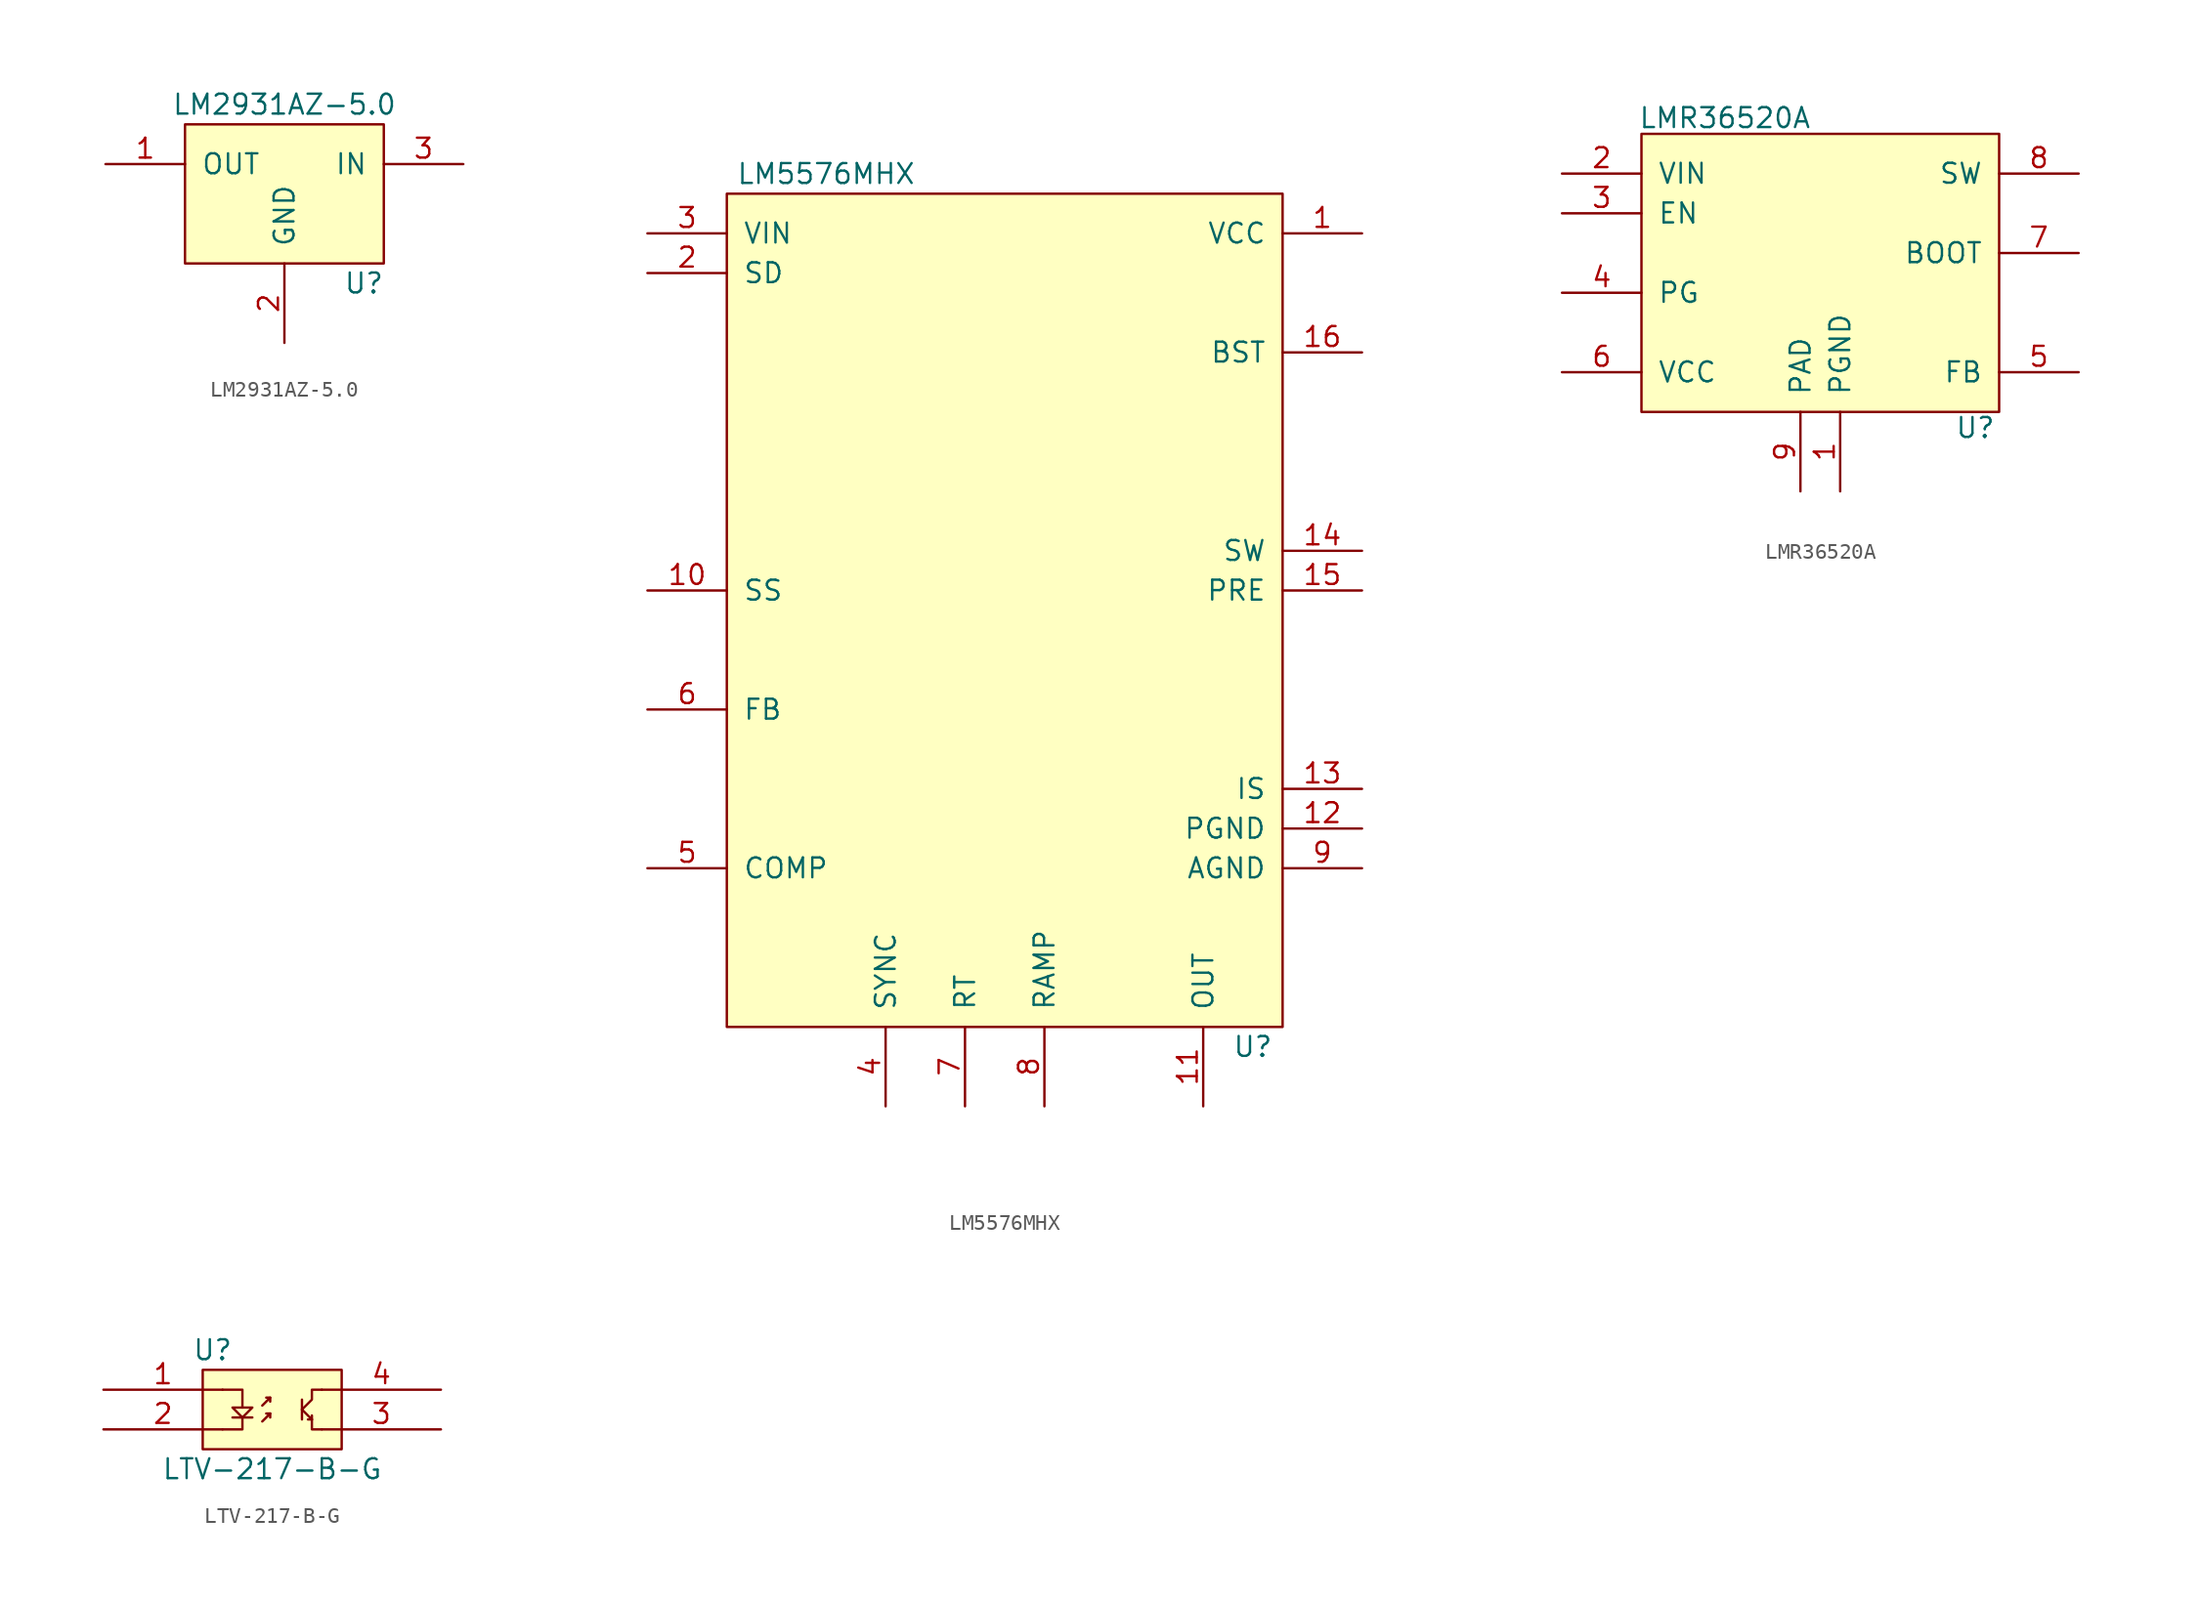
<source format=kicad_sym>
(kicad_symbol_lib
  (version 20211014)
  (generator kicad_symbol_editor)
  (symbol "LM2931AZ-5.0"
    (pin_names
      (offset 1.016))
    (property "Reference" "U"
      (at 5.08 -7.62 0)
      (effects (font (size 1.27 1.27))))
    (property "Value" "LM2931AZ-5.0"
      (at 0 3.81 0)
      (effects (font (size 1.27 1.27))))
    (symbol "LM2931AZ-5.0_0_1"
      (rectangle (start 6.35 -6.35) (end -6.35 2.54) (stroke (width 0) (type default) (color 0 0 0 0)) (fill (type background))))
    (symbol "LM2931AZ-5.0_1_1"
      (pin input line (at -11.43 0 0) (length 5.08) (name "OUT" (effects (font (size 1.27 1.27)))) (number "1" (effects (font (size 1.27 1.27)))))
      (pin input line (at 0 -11.43 90) (length 5.08) (name "GND" (effects (font (size 1.27 1.27)))) (number "2" (effects (font (size 1.27 1.27)))))
      (pin input line (at 11.43 0 180) (length 5.08) (name "IN" (effects (font (size 1.27 1.27)))) (number "3" (effects (font (size 1.27 1.27)))))))
  (symbol "LM5576MHX"
    (pin_names
      (offset 1.016))
    (property "Reference" "U"
      (at 33.655 -52.07 0)
      (effects (font (size 1.27 1.27))))
    (property "Value" "LM5576MHX"
      (at 6.35 3.81 0)
      (effects (font (size 1.27 1.27))))
    (symbol "LM5576MHX_0_1"
      (rectangle (start 35.56 -50.8) (end 0 2.54) (stroke (width 0) (type default) (color 0 0 0 0)) (fill (type background))))
    (symbol "LM5576MHX_1_1"
      (pin input line (at 40.64 0 180) (length 5.08) (name "VCC" (effects (font (size 1.27 1.27)))) (number "1" (effects (font (size 1.27 1.27)))))
      (pin input line (at -5.08 -22.86 0) (length 5.08) (name "SS" (effects (font (size 1.27 1.27)))) (number "10" (effects (font (size 1.27 1.27)))))
      (pin input line (at 30.48 -55.88 90) (length 5.08) (name "OUT" (effects (font (size 1.27 1.27)))) (number "11" (effects (font (size 1.27 1.27)))))
      (pin input line (at 40.64 -38.1 180) (length 5.08) (name "PGND" (effects (font (size 1.27 1.27)))) (number "12" (effects (font (size 1.27 1.27)))))
      (pin input line (at 40.64 -35.56 180) (length 5.08) (name "IS" (effects (font (size 1.27 1.27)))) (number "13" (effects (font (size 1.27 1.27)))))
      (pin input line (at 40.64 -20.32 180) (length 5.08) (name "SW" (effects (font (size 1.27 1.27)))) (number "14" (effects (font (size 1.27 1.27)))))
      (pin input line (at 40.64 -22.86 180) (length 5.08) (name "PRE" (effects (font (size 1.27 1.27)))) (number "15" (effects (font (size 1.27 1.27)))))
      (pin input line (at 40.64 -7.62 180) (length 5.08) (name "BST" (effects (font (size 1.27 1.27)))) (number "16" (effects (font (size 1.27 1.27)))))
      (pin input line (at -5.08 -2.54 0) (length 5.08) (name "SD" (effects (font (size 1.27 1.27)))) (number "2" (effects (font (size 1.27 1.27)))))
      (pin input line (at -5.08 0 0) (length 5.08) (name "VIN" (effects (font (size 1.27 1.27)))) (number "3" (effects (font (size 1.27 1.27)))))
      (pin input line (at 10.16 -55.88 90) (length 5.08) (name "SYNC" (effects (font (size 1.27 1.27)))) (number "4" (effects (font (size 1.27 1.27)))))
      (pin input line (at -5.08 -40.64 0) (length 5.08) (name "COMP" (effects (font (size 1.27 1.27)))) (number "5" (effects (font (size 1.27 1.27)))))
      (pin input line (at -5.08 -30.48 0) (length 5.08) (name "FB" (effects (font (size 1.27 1.27)))) (number "6" (effects (font (size 1.27 1.27)))))
      (pin input line (at 15.24 -55.88 90) (length 5.08) (name "RT" (effects (font (size 1.27 1.27)))) (number "7" (effects (font (size 1.27 1.27)))))
      (pin input line (at 20.32 -55.88 90) (length 5.08) (name "RAMP" (effects (font (size 1.27 1.27)))) (number "8" (effects (font (size 1.27 1.27)))))
      (pin input line (at 40.64 -40.64 180) (length 5.08) (name "AGND" (effects (font (size 1.27 1.27)))) (number "9" (effects (font (size 1.27 1.27)))))))
  (symbol "LMR36520A"
    (pin_names
      (offset 1.016))
    (property "Reference" "U"
      (at 21.336 -16.256 0)
      (effects (font (size 1.27 1.27))))
    (property "Value" "LMR36520A"
      (at 5.334 3.556 0)
      (effects (font (size 1.27 1.27))))
    (symbol "LMR36520A_0_1"
      (rectangle (start 22.86 -15.24) (end 0 2.54) (stroke (width 0) (type default) (color 0 0 0 0)) (fill (type background))))
    (symbol "LMR36520A_1_1"
      (pin input line (at 12.7 -20.32 90) (length 5.08) (name "PGND" (effects (font (size 1.27 1.27)))) (number "1" (effects (font (size 1.27 1.27)))))
      (pin input line (at -5.08 0 0) (length 5.08) (name "VIN" (effects (font (size 1.27 1.27)))) (number "2" (effects (font (size 1.27 1.27)))))
      (pin input line (at -5.08 -2.54 0) (length 5.08) (name "EN" (effects (font (size 1.27 1.27)))) (number "3" (effects (font (size 1.27 1.27)))))
      (pin input line (at -5.08 -7.62 0) (length 5.08) (name "PG" (effects (font (size 1.27 1.27)))) (number "4" (effects (font (size 1.27 1.27)))))
      (pin input line (at 27.94 -12.7 180) (length 5.08) (name "FB" (effects (font (size 1.27 1.27)))) (number "5" (effects (font (size 1.27 1.27)))))
      (pin input line (at -5.08 -12.7 0) (length 5.08) (name "VCC" (effects (font (size 1.27 1.27)))) (number "6" (effects (font (size 1.27 1.27)))))
      (pin input line (at 27.94 -5.08 180) (length 5.08) (name "BOOT" (effects (font (size 1.27 1.27)))) (number "7" (effects (font (size 1.27 1.27)))))
      (pin input line (at 27.94 0 180) (length 5.08) (name "SW" (effects (font (size 1.27 1.27)))) (number "8" (effects (font (size 1.27 1.27)))))
      (pin input line (at 10.16 -20.32 90) (length 5.08) (name "PAD" (effects (font (size 1.27 1.27)))) (number "9" (effects (font (size 1.27 1.27)))))))
  (symbol "LTV-217-B-G"
    (pin_names
      (offset 1.016))
    (property "Reference" "U"
      (at 6.985 2.54 0)
      (effects (font (size 1.27 1.27))))
    (property "Value" "LTV-217-B-G"
      (at 10.795 -5.08 0)
      (effects (font (size 1.27 1.27))))
    (property "Footprint" ""
      (at 0 3.81 0)
      (effects (font (size 1.524 1.524))))
    (property "Datasheet" ""
      (at 0 3.81 0)
      (effects (font (size 1.524 1.524))))
    (symbol "LTV-217-B-G_0_1"
      (polyline (pts (xy 8.255 -1.778) (xy 9.525 -1.778)) (stroke (width 0) (type default) (color 0 0 0 0)) (fill (type none)))
      (polyline (pts (xy 10.668 -1.524) (xy 10.668 -1.778)) (stroke (width 0) (type default) (color 0 0 0 0)) (fill (type none)))
      (polyline (pts (xy 10.668 -0.508) (xy 10.668 -0.762)) (stroke (width 0) (type default) (color 0 0 0 0)) (fill (type none)))
      (polyline (pts (xy 12.7 -0.635) (xy 12.7 -1.905)) (stroke (width 0) (type default) (color 0 0 0 0)) (fill (type none)))
      (polyline (pts (xy 13.335 -1.905) (xy 13.081 -1.905)) (stroke (width 0) (type default) (color 0 0 0 0)) (fill (type none)))
      (polyline (pts (xy 8.89 -1.778) (xy 8.89 -2.54) (xy 7.62 -2.54)) (stroke (width 0) (type default) (color 0 0 0 0)) (fill (type none)))
      (polyline (pts (xy 8.89 -1.143) (xy 8.89 0) (xy 7.62 0)) (stroke (width 0) (type default) (color 0 0 0 0)) (fill (type none)))
      (polyline (pts (xy 10.16 -2.032) (xy 10.668 -1.524) (xy 10.414 -1.524)) (stroke (width 0) (type default) (color 0 0 0 0)) (fill (type none)))
      (polyline (pts (xy 10.16 -1.016) (xy 10.668 -0.508) (xy 10.414 -0.508)) (stroke (width 0) (type default) (color 0 0 0 0)) (fill (type none)))
      (polyline (pts (xy 12.7 -1.27) (xy 13.335 -1.905) (xy 13.335 -1.651)) (stroke (width 0) (type default) (color 0 0 0 0)) (fill (type none)))
      (polyline (pts (xy 13.335 -1.905) (xy 13.335 -2.54) (xy 13.97 -2.54)) (stroke (width 0) (type default) (color 0 0 0 0)) (fill (type none)))
      (polyline (pts (xy 8.255 -1.143) (xy 9.525 -1.143) (xy 8.89 -1.778) (xy 8.255 -1.143)) (stroke (width 0) (type default) (color 0 0 0 0)) (fill (type none)))
      (polyline (pts (xy 12.7 -1.27) (xy 13.335 -0.635) (xy 13.335 0) (xy 13.97 0)) (stroke (width 0) (type default) (color 0 0 0 0)) (fill (type none)))
      (rectangle (start 15.24 -3.81) (end 6.35 1.27) (stroke (width 0) (type default) (color 0 0 0 0)) (fill (type background))))
    (symbol "LTV-217-B-G_1_1"
      (pin input line (at 0 0 0) (length 7.62) (name "~" (effects (font (size 1.27 1.27)))) (number "1" (effects (font (size 1.27 1.27)))))
      (pin input line (at 0 -2.54 0) (length 7.62) (name "~" (effects (font (size 1.27 1.27)))) (number "2" (effects (font (size 1.27 1.27)))))
      (pin input line (at 21.59 -2.54 180) (length 7.62) (name "~" (effects (font (size 1.27 1.27)))) (number "3" (effects (font (size 1.27 1.27)))))
      (pin input line (at 21.59 0 180) (length 7.62) (name "~" (effects (font (size 1.27 1.27)))) (number "4" (effects (font (size 1.27 1.27))))))))
</source>
